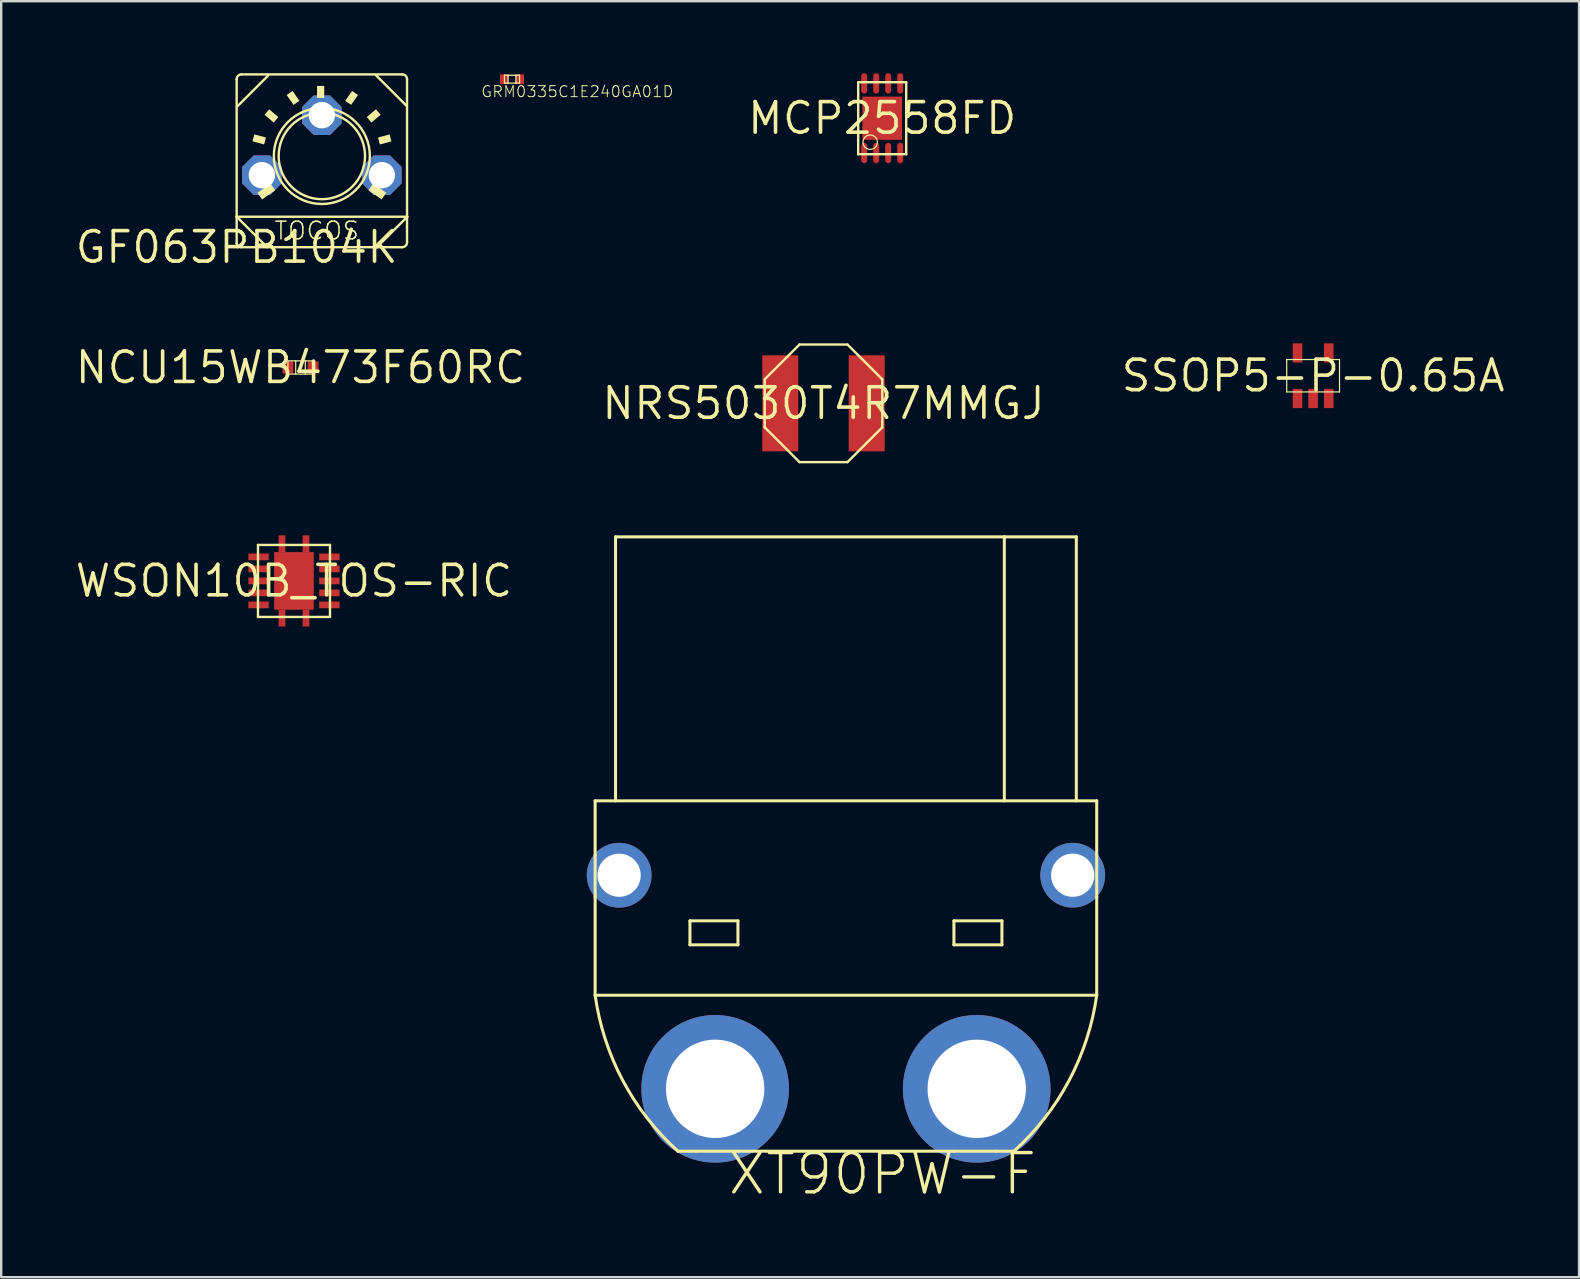
<source format=kicad_pcb>
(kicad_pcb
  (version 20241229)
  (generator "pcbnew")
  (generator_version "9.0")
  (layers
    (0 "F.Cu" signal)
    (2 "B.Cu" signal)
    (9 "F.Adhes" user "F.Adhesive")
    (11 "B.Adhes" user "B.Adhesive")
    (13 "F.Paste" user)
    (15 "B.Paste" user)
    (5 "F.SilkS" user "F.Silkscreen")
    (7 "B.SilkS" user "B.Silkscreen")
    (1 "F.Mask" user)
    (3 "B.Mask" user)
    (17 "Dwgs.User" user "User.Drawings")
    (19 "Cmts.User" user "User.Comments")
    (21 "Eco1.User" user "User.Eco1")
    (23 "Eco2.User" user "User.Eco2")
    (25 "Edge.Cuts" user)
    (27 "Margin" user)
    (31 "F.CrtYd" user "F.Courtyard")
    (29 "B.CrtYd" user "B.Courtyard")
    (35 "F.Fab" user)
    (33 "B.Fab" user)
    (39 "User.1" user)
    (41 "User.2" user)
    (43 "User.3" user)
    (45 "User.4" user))
  (footprint "GRM0335C1E240GA01D"
    (layer "F.Cu")
    (at 18.285 0.25)
    (property "Reference" "GRM0335C1E240GA01D" (at -1.312 0.787 0) (layer "F.SilkS") (effects (font (size 0.46 0.46) (thickness 0.04)) (justify left bottom)))
    (fp_line (start -0.315 -0.165) (end -0.315 0.165) (stroke (width 0.05) (type solid)) (layer "F.SilkS"))
    (fp_line (start -0.315 0.165) (end -0.165 0.165) (stroke (width 0.05) (type solid)) (layer "F.SilkS"))
    (fp_line (start -0.165 -0.165) (end -0.315 -0.165) (stroke (width 0.05) (type solid)) (layer "F.SilkS"))
    (fp_line (start -0.165 -0.165) (end -0.165 0.165) (stroke (width 0.05) (type solid)) (layer "F.SilkS"))
    (fp_line (start -0.165 0.165) (end 0.165 0.165) (stroke (width 0.05) (type solid)) (layer "F.SilkS"))
    (fp_line (start 0.165 -0.165) (end -0.165 -0.165) (stroke (width 0.05) (type solid)) (layer "F.SilkS"))
    (fp_line (start 0.165 0.165) (end 0.165 -0.165) (stroke (width 0.05) (type solid)) (layer "F.SilkS"))
    (fp_line (start 0.165 0.165) (end 0.315 0.165) (stroke (width 0.05) (type solid)) (layer "F.SilkS"))
    (fp_line (start 0.315 -0.165) (end 0.165 -0.165) (stroke (width 0.05) (type solid)) (layer "F.SilkS"))
    (fp_line (start 0.315 0.165) (end 0.315 -0.165) (stroke (width 0.05) (type solid)) (layer "F.SilkS"))
    (pad "1" smd rect (at -0.325 0) (size 0.35 0.4) (layers "F.Cu" "F.Mask" "F.Paste"))
    (pad "2" smd rect (at 0.325 0) (size 0.35 0.4) (layers "F.Cu" "F.Mask" "F.Paste")))
  (footprint "XT90PW-F"
    (layer "F.Cu")
    (at 32.199 42.32)
    (property "Reference" "XT90PW-F" (at -5 4.5 0) (layer "F.SilkS") (effects (font (size 1.636 1.636) (thickness 0.142)) (justify left bottom)))
    (fp_line (start -10.45 -12) (end -10.45 -9.75) (stroke (width 0.127) (type solid)) (layer "F.SilkS"))
    (fp_line (start -10.45 -12) (end 10.45 -12) (stroke (width 0.127) (type solid)) (layer "F.SilkS"))
    (fp_line (start -10.45 -9.75) (end -10.45 -8) (stroke (width 0.127) (type solid)) (layer "F.SilkS"))
    (fp_line (start -10.45 -8) (end -10.45 -3.9) (stroke (width 0.127) (type solid)) (layer "F.SilkS"))
    (fp_line (start -10.45 -3.9) (end 10.45 -3.9) (stroke (width 0.127) (type solid)) (layer "F.SilkS"))
    (fp_line (start -9.6 -23) (end -9.6 -12) (stroke (width 0.127) (type solid)) (layer "F.SilkS"))
    (fp_line (start -9.6 -23) (end 6.6 -23) (stroke (width 0.127) (type solid)) (layer "F.SilkS"))
    (fp_line (start -7 2.6) (end -6.25 2.6) (stroke (width 0.127) (type solid)) (layer "F.SilkS"))
    (fp_line (start -6.5 -7) (end -4.5 -7) (stroke (width 0.127) (type solid)) (layer "F.SilkS"))
    (fp_line (start -6.5 -6) (end -6.5 -7) (stroke (width 0.127) (type solid)) (layer "F.SilkS"))
    (fp_line (start -6.25 2.6) (end -4.5 2.6) (stroke (width 0.127) (type solid)) (layer "F.SilkS"))
    (fp_line (start -4.5 -7) (end -4.5 -6) (stroke (width 0.127) (type solid)) (layer "F.SilkS"))
    (fp_line (start -4.5 -6) (end -6.5 -6) (stroke (width 0.127) (type solid)) (layer "F.SilkS"))
    (fp_line (start -4.5 2.6) (end 4.5 2.6) (stroke (width 0.127) (type solid)) (layer "F.SilkS"))
    (fp_line (start 4.5 -7) (end 6.5 -7) (stroke (width 0.127) (type solid)) (layer "F.SilkS"))
    (fp_line (start 4.5 -6) (end 4.5 -7) (stroke (width 0.127) (type solid)) (layer "F.SilkS"))
    (fp_line (start 4.5 2.6) (end 6.25 2.6) (stroke (width 0.127) (type solid)) (layer "F.SilkS"))
    (fp_line (start 6.25 2.6) (end 7 2.6) (stroke (width 0.127) (type solid)) (layer "F.SilkS"))
    (fp_line (start 6.5 -7) (end 6.5 -6) (stroke (width 0.127) (type solid)) (layer "F.SilkS"))
    (fp_line (start 6.5 -6) (end 4.5 -6) (stroke (width 0.127) (type solid)) (layer "F.SilkS"))
    (fp_line (start 6.6 -23) (end 6.6 -12) (stroke (width 0.127) (type solid)) (layer "F.SilkS"))
    (fp_line (start 6.6 -23) (end 9.6 -23) (stroke (width 0.127) (type solid)) (layer "F.SilkS"))
    (fp_line (start 9.6 -23) (end 9.6 -12) (stroke (width 0.127) (type solid)) (layer "F.SilkS"))
    (fp_line (start 10.45 -12) (end 10.45 -9.75) (stroke (width 0.127) (type solid)) (layer "F.SilkS"))
    (fp_line (start 10.45 -9.75) (end 10.45 -8) (stroke (width 0.127) (type solid)) (layer "F.SilkS"))
    (fp_line (start 10.45 -8) (end 10.45 -3.9) (stroke (width 0.127) (type solid)) (layer "F.SilkS"))
    (fp_arc (start -7 2.6) (mid -9.298063 -0.345836) (end -10.45 -3.9) (stroke (width 0.127) (type solid)) (layer "F.SilkS"))
    (fp_arc (start 10.45 -3.899999) (mid 9.298063 -0.345835) (end 7 2.6) (stroke (width 0.127) (type solid)) (layer "F.SilkS"))
    (pad "+" thru_hole circle (at -5.45 0) (size 6.15 6.15) (drill 4.1) (layers "*.Cu" "*.Mask"))
    (pad "-" thru_hole circle (at 5.45 0) (size 6.15 6.15) (drill 4.1) (layers "*.Cu" "*.Mask"))
    (pad "P$3" thru_hole circle (at -9.45 -8.9) (size 2.7 2.7) (drill 1.8) (layers "*.Cu" "*.Mask"))
    (pad "P$4" thru_hole circle (at 9.45 -8.9) (size 2.7 2.7) (drill 1.8) (layers "*.Cu" "*.Mask")))
  (footprint "SSOP5-P-0.65A"
    (layer "F.Cu")
    (at 51.666 12.606)
    (property "Reference" "SSOP5-P-0.65A" (at 0 0 0) (layer "F.SilkS") (effects (font (size 1.27 1.27) (thickness 0.15))))
    (fp_line (start -1.1 -0.675) (end -1.1 0.675) (stroke (width 0.05) (type solid)) (layer "F.SilkS"))
    (fp_line (start -1.1 0.675) (end 1.1 0.675) (stroke (width 0.05) (type solid)) (layer "F.SilkS"))
    (fp_line (start 1.1 -0.675) (end -1.1 -0.675) (stroke (width 0.05) (type solid)) (layer "F.SilkS"))
    (fp_line (start 1.1 0.675) (end 1.1 -0.675) (stroke (width 0.05) (type solid)) (layer "F.SilkS"))
    (pad "GND" smd rect (at 0.65 0.95) (size 0.4 0.8) (layers "F.Cu" "F.Mask" "F.Paste"))
    (pad "INA" smd rect (at 0 0.95) (size 0.4 0.8) (layers "F.Cu" "F.Mask" "F.Paste"))
    (pad "INB" smd rect (at -0.65 0.95) (size 0.4 0.8) (layers "F.Cu" "F.Mask" "F.Paste"))
    (pad "OUT" smd rect (at 0.65 -0.95) (size 0.4 0.8) (layers "F.Cu" "F.Mask" "F.Paste"))
    (pad "VCC" smd rect (at -0.65 -0.95) (size 0.4 0.8) (layers "F.Cu" "F.Mask" "F.Paste")))
  (footprint "WSON10B_TOS-RIC"
    (layer "F.Cu")
    (at 9.2 21.156)
    (property "Reference" "WSON10B_TOS-RIC" (at 0 0 0) (layer "F.SilkS") (effects (font (size 1.27 1.27) (thickness 0.15))))
    (fp_line (start -1.5 -1.5) (end -1.5 1.5) (stroke (width 0.1) (type solid)) (layer "F.SilkS"))
    (fp_line (start -1.5 1.5) (end 1.5 1.5) (stroke (width 0.1) (type solid)) (layer "F.SilkS"))
    (fp_line (start 1.5 -1.5) (end -1.5 -1.5) (stroke (width 0.1) (type solid)) (layer "F.SilkS"))
    (fp_line (start 1.5 1.5) (end 1.5 -1.5) (stroke (width 0.1) (type solid)) (layer "F.SilkS"))
    (pad "DVDT" smd rect (at -1.475 -1) (size 0.85 0.28) (layers "F.Cu" "F.Mask" "F.Paste"))
    (pad "EFET" smd rect (at 1.475 -0.5) (size 0.85 0.28) (layers "F.Cu" "F.Mask" "F.Paste"))
    (pad "EN/UVLO" smd rect (at -1.475 -0.5) (size 0.85 0.28) (layers "F.Cu" "F.Mask" "F.Paste"))
    (pad "GND1" smd rect (at 0 0) (size 1.65 2.4) (layers "F.Cu" "F.Mask" "F.Paste"))
    (pad "GND2" smd rect (at -0.5 -1.55) (size 0.28 0.7) (layers "F.Cu" "F.Mask" "F.Paste"))
    (pad "GND3" smd rect (at 0.5 -1.55) (size 0.28 0.7) (layers "F.Cu" "F.Mask" "F.Paste"))
    (pad "GND4" smd rect (at -0.5 1.55) (size 0.28 0.7) (layers "F.Cu" "F.Mask" "F.Paste"))
    (pad "GND5" smd rect (at 0.5 1.55) (size 0.28 0.7) (layers "F.Cu" "F.Mask" "F.Paste"))
    (pad "ILIM" smd rect (at 1.475 -1) (size 0.85 0.28) (layers "F.Cu" "F.Mask" "F.Paste"))
    (pad "VIN1" smd rect (at -1.475 0) (size 0.85 0.28) (layers "F.Cu" "F.Mask" "F.Paste"))
    (pad "VIN2" smd rect (at -1.475 0.5) (size 0.85 0.28) (layers "F.Cu" "F.Mask" "F.Paste"))
    (pad "VIN3" smd rect (at -1.475 1) (size 0.85 0.28) (layers "F.Cu" "F.Mask" "F.Paste"))
    (pad "VOUT1" smd rect (at 1.475 0) (size 0.85 0.28) (layers "F.Cu" "F.Mask" "F.Paste"))
    (pad "VOUT2" smd rect (at 1.475 0.5) (size 0.85 0.28) (layers "F.Cu" "F.Mask" "F.Paste"))
    (pad "VOUT3" smd rect (at 1.475 1) (size 0.85 0.28) (layers "F.Cu" "F.Mask" "F.Paste")))
  (footprint "GF063PB104K"
    (layer "F.Cu")
    (at 6.811 7.25)
    (property "Reference" "GF063PB104K" (at 0 0 0) (layer "F.SilkS") (effects (font (size 1.27 1.27) (thickness 0.15))))
    (fp_line (start 0 -7) (end 0 -1.27) (stroke (width 0.1) (type solid)) (layer "F.SilkS"))
    (fp_line (start 0 -1.27) (end 0 -0.159) (stroke (width 0.1) (type solid)) (layer "F.SilkS"))
    (fp_line (start 0 -1.27) (end 7.112 -1.27) (stroke (width 0.1) (type solid)) (layer "F.SilkS"))
    (fp_line (start 0.183 0) (end 1.27 0) (stroke (width 0.1) (type solid)) (layer "F.SilkS"))
    (fp_line (start 1.27 0) (end 0 -1.27) (stroke (width 0.1) (type solid)) (layer "F.SilkS"))
    (fp_line (start 1.27 0) (end 5.842 0) (stroke (width 0.1) (type solid)) (layer "F.SilkS"))
    (fp_line (start 1.312 -7.15) (end 0.042 -5.88) (stroke (width 0.1) (type solid)) (layer "F.SilkS"))
    (fp_line (start 5.8 -7.17) (end 7.07 -5.9) (stroke (width 0.1) (type solid)) (layer "F.SilkS"))
    (fp_line (start 5.842 0) (end 6.9 0) (stroke (width 0.1) (type solid)) (layer "F.SilkS"))
    (fp_line (start 6.9 -7.2) (end 0.2 -7.2) (stroke (width 0.1) (type solid)) (layer "F.SilkS"))
    (fp_line (start 7.1 -0.2) (end 7.1 -7) (stroke (width 0.1) (type solid)) (layer "F.SilkS"))
    (fp_line (start 7.112 -1.27) (end 5.842 0) (stroke (width 0.1) (type solid)) (layer "F.SilkS"))
    (fp_arc (start 0 -7) (mid 0.058579 -7.141421) (end 0.2 -7.2) (stroke (width 0.1) (type solid)) (layer "F.SilkS"))
    (fp_arc (start 0.041421 -0.058578) (mid 0.010765 -0.104458) (end 0 -0.158578) (stroke (width 0.1) (type solid)) (layer "F.SilkS"))
    (fp_arc (start 0.182843 0) (mid 0.106306 -0.015223) (end 0.041421 -0.058577) (stroke (width 0.1) (type solid)) (layer "F.SilkS"))
    (fp_arc (start 6.9 -7.2) (mid 7.041421 -7.141421) (end 7.1 -7) (stroke (width 0.1) (type solid)) (layer "F.SilkS"))
    (fp_arc (start 7.1 -0.2) (mid 7.041421 -0.058579) (end 6.9 0) (stroke (width 0.1) (type solid)) (layer "F.SilkS"))
    (fp_circle (center 3.55 -3.8) (end 5.35 -3.8) (stroke (width 0.1) (type solid)) (fill no) (layer "F.SilkS"))
    (fp_circle (center 3.55 -3.8) (end 5.55 -3.8) (stroke (width 0.1) (type solid)) (fill no) (layer "F.SilkS"))
    (fp_poly (pts (xy 0.66 -4.41) (xy 1.143 -4.28) (xy 1.22 -4.57) (xy 0.737 -4.7)) (stroke (width 0) (type default)) (fill yes) (layer "F.SilkS"))
    (fp_poly (pts (xy 0.747 -3.04) (xy 1.23 -3.17) (xy 1.153 -3.46) (xy 0.67 -3.33)) (stroke (width 0) (type default)) (fill yes) (layer "F.SilkS"))
    (fp_poly (pts (xy 1.058 -1.989) (xy 1.607 -2.373) (xy 1.412 -2.651) (xy 0.863 -2.267)) (stroke (width 0) (type default)) (fill yes) (layer "F.SilkS"))
    (fp_poly (pts (xy 1.162 -5.516) (xy 1.545 -5.194) (xy 1.738 -5.424) (xy 1.355 -5.746)) (stroke (width 0) (type default)) (fill yes) (layer "F.SilkS"))
    (fp_poly (pts (xy 2.084 -6.339) (xy 2.371 -5.929) (xy 2.616 -6.101) (xy 2.329 -6.511)) (stroke (width 0) (type default)) (fill yes) (layer "F.SilkS"))
    (fp_poly (pts (xy 3.65 -6.22) (xy 3.65 -6.72) (xy 3.35 -6.72) (xy 3.35 -6.22)) (stroke (width 0) (type default)) (fill yes) (layer "F.SilkS"))
    (fp_poly (pts (xy 4.769 -5.929) (xy 5.056 -6.339) (xy 4.811 -6.511) (xy 4.524 -6.101)) (stroke (width 0) (type default)) (fill yes) (layer "F.SilkS"))
    (fp_poly (pts (xy 5.493 -2.373) (xy 6.042 -1.989) (xy 6.237 -2.267) (xy 5.688 -2.651)) (stroke (width 0) (type default)) (fill yes) (layer "F.SilkS"))
    (fp_poly (pts (xy 5.615 -5.194) (xy 5.998 -5.516) (xy 5.805 -5.746) (xy 5.422 -5.424)) (stroke (width 0) (type default)) (fill yes) (layer "F.SilkS"))
    (fp_poly (pts (xy 5.9 -3.17) (xy 6.383 -3.04) (xy 6.46 -3.33) (xy 5.977 -3.46)) (stroke (width 0) (type default)) (fill yes) (layer "F.SilkS"))
    (fp_poly (pts (xy 5.967 -4.28) (xy 6.45 -4.41) (xy 6.373 -4.7) (xy 5.89 -4.57)) (stroke (width 0) (type default)) (fill yes) (layer "F.SilkS"))
    (fp_text user "TOCOS" (at 1.524 -0.254 0) (layer "F.SilkS") (effects (font (size 0.736 0.736) (thickness 0.064)) (justify left bottom)))
    (pad "CENTER" thru_hole roundrect (at 3.55 -5.5) (size 1.65 1.65) (drill 1.1) (layers "*.Cu" "*.Mask") (roundrect_rratio 0.25) (chamfer_ratio 0.293) (chamfer top_left top_right bottom_left bottom_right))
    (pad "LEFT" thru_hole roundrect (at 1.05 -3) (size 1.65 1.65) (drill 1.1) (layers "*.Cu" "*.Mask") (roundrect_rratio 0.25) (chamfer_ratio 0.293) (chamfer top_left top_right bottom_left bottom_right))
    (pad "RIGHT" thru_hole roundrect (at 6.05 -3) (size 1.65 1.65) (drill 1.1) (layers "*.Cu" "*.Mask") (roundrect_rratio 0.25) (chamfer_ratio 0.293) (chamfer top_left top_right bottom_left bottom_right)))
  (footprint "NCU15WB473F60RC"
    (layer "F.Cu")
    (at 9.472 12.262)
    (property "Reference" "NCU15WB473F60RC" (at 0 0 0) (layer "F.SilkS") (effects (font (size 1.27 1.27) (thickness 0.15))))
    (fp_line (start -0.525 -0.275) (end -0.525 0.275) (stroke (width 0.05) (type solid)) (layer "F.SilkS"))
    (fp_line (start -0.525 0.275) (end -0.2 0.275) (stroke (width 0.05) (type solid)) (layer "F.SilkS"))
    (fp_line (start -0.2 -0.275) (end -0.525 -0.275) (stroke (width 0.05) (type solid)) (layer "F.SilkS"))
    (fp_line (start -0.2 -0.275) (end -0.2 0.275) (stroke (width 0.05) (type solid)) (layer "F.SilkS"))
    (fp_line (start -0.2 0.275) (end 0.2 0.275) (stroke (width 0.05) (type solid)) (layer "F.SilkS"))
    (fp_line (start 0.2 -0.275) (end -0.2 -0.275) (stroke (width 0.05) (type solid)) (layer "F.SilkS"))
    (fp_line (start 0.2 -0.275) (end 0.2 0.275) (stroke (width 0.05) (type solid)) (layer "F.SilkS"))
    (fp_line (start 0.2 0.275) (end 0.525 0.275) (stroke (width 0.05) (type solid)) (layer "F.SilkS"))
    (fp_line (start 0.525 -0.275) (end 0.2 -0.275) (stroke (width 0.05) (type solid)) (layer "F.SilkS"))
    (fp_line (start 0.525 0.275) (end 0.525 -0.275) (stroke (width 0.05) (type solid)) (layer "F.SilkS"))
    (pad "L" smd rect (at -0.525 0) (size 0.45 0.5) (layers "F.Cu" "F.Mask" "F.Paste"))
    (pad "R" smd rect (at 0.525 0) (size 0.45 0.5) (layers "F.Cu" "F.Mask" "F.Paste")))
  (footprint "MCP2558FD"
    (layer "F.Cu")
    (at 33.71 1.875)
    (property "Reference" "MCP2558FD" (at 0 0 0) (layer "F.SilkS") (effects (font (size 1.27 1.27) (thickness 0.15))))
    (fp_line (start -1 -1.5) (end -1 1.5) (stroke (width 0.1) (type solid)) (layer "F.SilkS"))
    (fp_line (start -1 1.5) (end 1 1.5) (stroke (width 0.1) (type solid)) (layer "F.SilkS"))
    (fp_line (start 1 -1.5) (end -1 -1.5) (stroke (width 0.1) (type solid)) (layer "F.SilkS"))
    (fp_line (start 1 1.5) (end 1 -1.5) (stroke (width 0.1) (type solid)) (layer "F.SilkS"))
    (fp_circle (center -0.5 1) (end -0.2 1) (stroke (width 0.05) (type solid)) (fill no) (layer "F.SilkS"))
    (pad "CANH" smd roundrect (at -0.25 -1.45) (size 0.25 0.85) (layers "F.Cu" "F.Mask" "F.Paste") (roundrect_rratio 0.5))
    (pad "CANL" smd roundrect (at 0.25 -1.45) (size 0.25 0.85) (layers "F.Cu" "F.Mask" "F.Paste") (roundrect_rratio 0.5))
    (pad "EP" smd rect (at 0 0) (size 1.65 1.8) (layers "F.Cu" "F.Mask" "F.Paste"))
    (pad "RXD" smd roundrect (at 0.75 1.45) (size 0.25 0.85) (layers "F.Cu" "F.Mask" "F.Paste") (roundrect_rratio 0.5))
    (pad "S" smd roundrect (at -0.75 -1.45) (size 0.25 0.85) (layers "F.Cu" "F.Mask" "F.Paste") (roundrect_rratio 0.5))
    (pad "TXD" smd roundrect (at -0.75 1.45) (size 0.25 0.85) (layers "F.Cu" "F.Mask" "F.Paste") (roundrect_rratio 0.5))
    (pad "VDD" smd roundrect (at 0.25 1.45) (size 0.25 0.85) (layers "F.Cu" "F.Mask" "F.Paste") (roundrect_rratio 0.5))
    (pad "VIO" smd roundrect (at 0.75 -1.45) (size 0.25 0.85) (layers "F.Cu" "F.Mask" "F.Paste") (roundrect_rratio 0.5))
    (pad "VSS" smd roundrect (at -0.25 1.45) (size 0.25 0.85) (layers "F.Cu" "F.Mask" "F.Paste") (roundrect_rratio 0.5)))
  (footprint "NRS5030T4R7MMGJ"
    (layer "F.Cu")
    (at 31.264 13.756)
    (property "Reference" "NRS5030T4R7MMGJ" (at 0 0 0) (layer "F.SilkS") (effects (font (size 1.27 1.27) (thickness 0.15))))
    (fp_line (start -2.45 -1) (end -2.45 1) (stroke (width 0.1) (type solid)) (layer "F.SilkS"))
    (fp_line (start -2.45 1) (end -1 2.45) (stroke (width 0.1) (type solid)) (layer "F.SilkS"))
    (fp_line (start -1 -2.45) (end -2.45 -1) (stroke (width 0.1) (type solid)) (layer "F.SilkS"))
    (fp_line (start -1 2.45) (end 1 2.45) (stroke (width 0.1) (type solid)) (layer "F.SilkS"))
    (fp_line (start 1 -2.45) (end -1 -2.45) (stroke (width 0.1) (type solid)) (layer "F.SilkS"))
    (fp_line (start 1 2.45) (end 2.45 1) (stroke (width 0.1) (type solid)) (layer "F.SilkS"))
    (fp_line (start 2.45 -1) (end 1 -2.45) (stroke (width 0.1) (type solid)) (layer "F.SilkS"))
    (fp_line (start 2.45 1) (end 2.45 -1) (stroke (width 0.1) (type solid)) (layer "F.SilkS"))
    (pad "L" smd rect (at -1.8 0) (size 1.5 4) (layers "F.Cu" "F.Mask" "F.Paste"))
    (pad "R" smd rect (at 1.8 0) (size 1.5 4) (layers "F.Cu" "F.Mask" "F.Paste")))
  (gr_rect
    (start -3 -3)
    (end 62.747 50.17)
    (stroke (width 0.1) (type default))
    (fill no)
    (layer "Edge.Cuts")))
</source>
